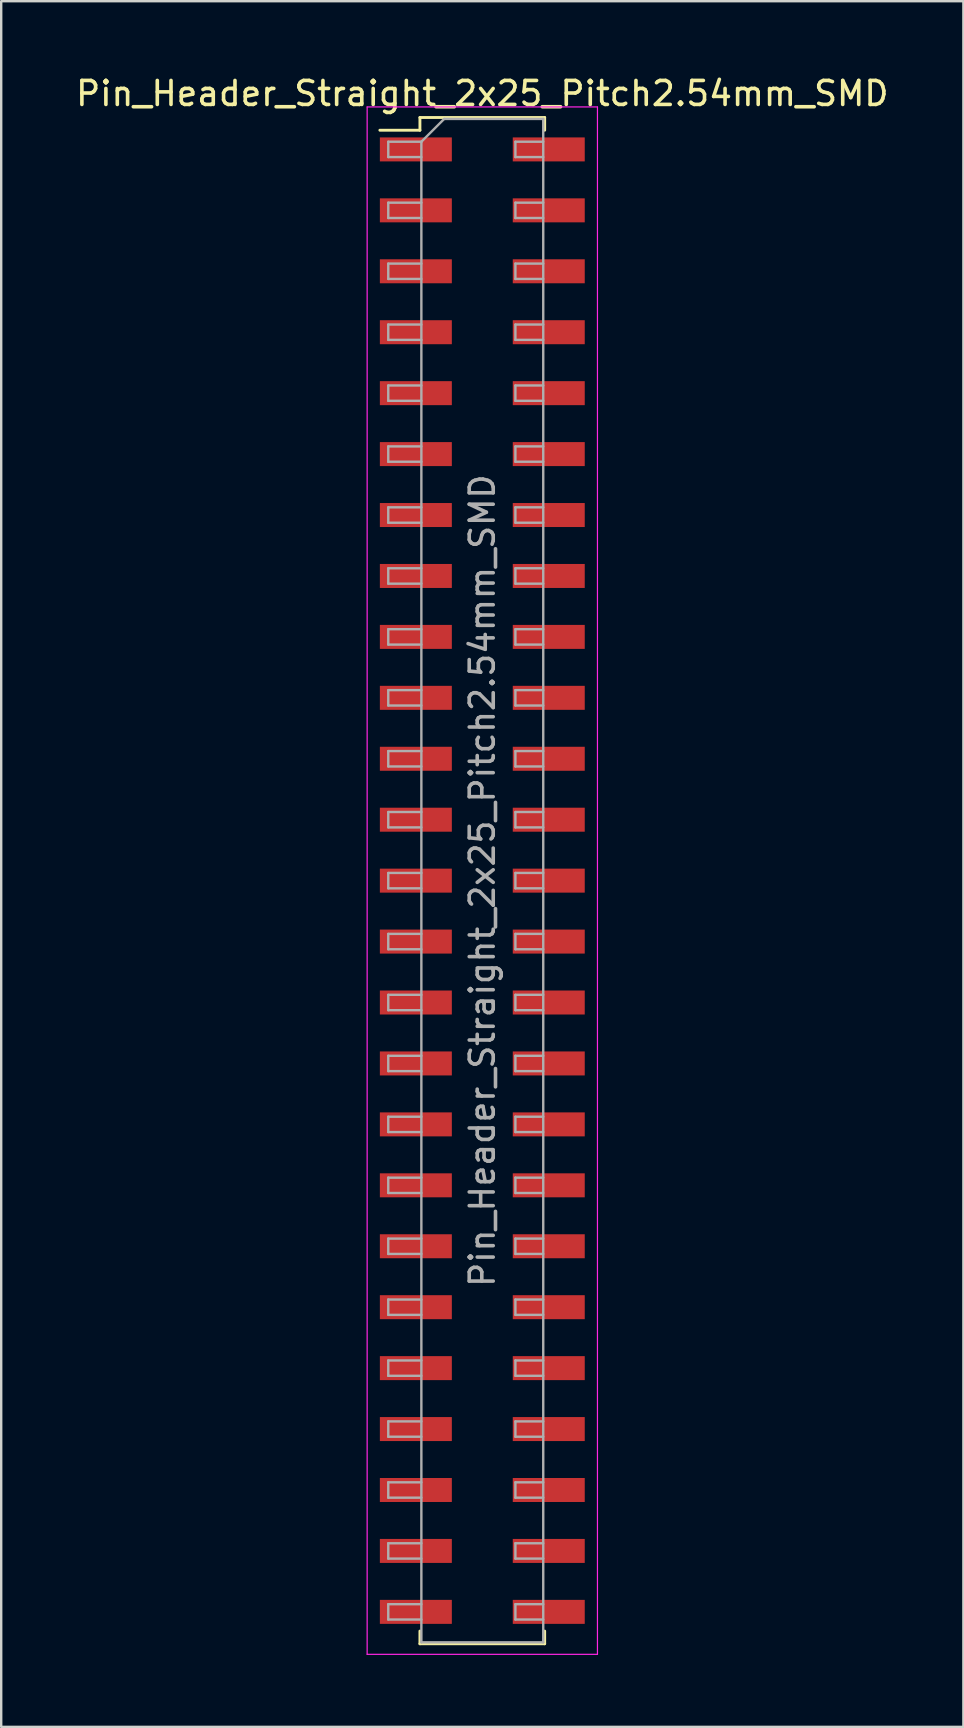
<source format=kicad_pcb>
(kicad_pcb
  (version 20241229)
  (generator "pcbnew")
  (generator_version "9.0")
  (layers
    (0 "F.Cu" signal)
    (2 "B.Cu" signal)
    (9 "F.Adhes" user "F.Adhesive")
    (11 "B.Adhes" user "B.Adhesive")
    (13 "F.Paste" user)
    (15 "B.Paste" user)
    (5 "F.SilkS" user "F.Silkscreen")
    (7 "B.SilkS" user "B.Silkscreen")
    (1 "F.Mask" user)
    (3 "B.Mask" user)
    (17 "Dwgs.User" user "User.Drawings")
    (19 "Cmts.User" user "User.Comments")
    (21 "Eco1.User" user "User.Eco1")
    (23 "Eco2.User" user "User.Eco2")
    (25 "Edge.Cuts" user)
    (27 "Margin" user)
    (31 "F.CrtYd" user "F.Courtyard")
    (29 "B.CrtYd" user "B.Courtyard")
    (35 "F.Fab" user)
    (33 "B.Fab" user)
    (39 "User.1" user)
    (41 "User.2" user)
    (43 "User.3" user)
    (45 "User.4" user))
  (footprint "Pin_Header_Straight_2x25_Pitch2.54mm_SMD"
    (layer "F.Cu")
    (at 17.054 33.658)
    (property "Reference" "Pin_Header_Straight_2x25_Pitch2.54mm_SMD" (at 0 -32.81 0) (layer "F.SilkS") (effects (font (size 1 1) (thickness 0.15))))
    (attr smd)
    (fp_line (start -4.27 -31.28) (end -2.6 -31.28) (stroke (width 0.12) (type solid)) (layer "F.SilkS"))
    (fp_line (start -2.6 -31.81) (end 2.6 -31.81) (stroke (width 0.12) (type solid)) (layer "F.SilkS"))
    (fp_line (start -2.6 -31.28) (end -2.6 -31.81) (stroke (width 0.12) (type solid)) (layer "F.SilkS"))
    (fp_line (start -2.6 31.28) (end -2.6 31.81) (stroke (width 0.12) (type solid)) (layer "F.SilkS"))
    (fp_line (start -2.6 31.81) (end 2.6 31.81) (stroke (width 0.12) (type solid)) (layer "F.SilkS"))
    (fp_line (start 2.6 -31.81) (end 2.6 -31.28) (stroke (width 0.12) (type solid)) (layer "F.SilkS"))
    (fp_line (start 2.6 31.81) (end 2.6 31.28) (stroke (width 0.12) (type solid)) (layer "F.SilkS"))
    (fp_line (start -4.8 -32.25) (end -4.8 32.25) (stroke (width 0.05) (type solid)) (layer "F.CrtYd"))
    (fp_line (start -4.8 32.25) (end 4.8 32.25) (stroke (width 0.05) (type solid)) (layer "F.CrtYd"))
    (fp_line (start 4.8 -32.25) (end -4.8 -32.25) (stroke (width 0.05) (type solid)) (layer "F.CrtYd"))
    (fp_line (start 4.8 32.25) (end 4.8 -32.25) (stroke (width 0.05) (type solid)) (layer "F.CrtYd"))
    (fp_line (start -3.92 -30.8) (end -3.92 -30.16) (stroke (width 0.1) (type solid)) (layer "F.Fab"))
    (fp_line (start -3.92 -30.16) (end -2.54 -30.16) (stroke (width 0.1) (type solid)) (layer "F.Fab"))
    (fp_line (start -3.92 -28.26) (end -3.92 -27.62) (stroke (width 0.1) (type solid)) (layer "F.Fab"))
    (fp_line (start -3.92 -27.62) (end -2.54 -27.62) (stroke (width 0.1) (type solid)) (layer "F.Fab"))
    (fp_line (start -3.92 -25.72) (end -3.92 -25.08) (stroke (width 0.1) (type solid)) (layer "F.Fab"))
    (fp_line (start -3.92 -25.08) (end -2.54 -25.08) (stroke (width 0.1) (type solid)) (layer "F.Fab"))
    (fp_line (start -3.92 -23.18) (end -3.92 -22.54) (stroke (width 0.1) (type solid)) (layer "F.Fab"))
    (fp_line (start -3.92 -22.54) (end -2.54 -22.54) (stroke (width 0.1) (type solid)) (layer "F.Fab"))
    (fp_line (start -3.92 -20.64) (end -3.92 -20) (stroke (width 0.1) (type solid)) (layer "F.Fab"))
    (fp_line (start -3.92 -20) (end -2.54 -20) (stroke (width 0.1) (type solid)) (layer "F.Fab"))
    (fp_line (start -3.92 -18.1) (end -3.92 -17.46) (stroke (width 0.1) (type solid)) (layer "F.Fab"))
    (fp_line (start -3.92 -17.46) (end -2.54 -17.46) (stroke (width 0.1) (type solid)) (layer "F.Fab"))
    (fp_line (start -3.92 -15.56) (end -3.92 -14.92) (stroke (width 0.1) (type solid)) (layer "F.Fab"))
    (fp_line (start -3.92 -14.92) (end -2.54 -14.92) (stroke (width 0.1) (type solid)) (layer "F.Fab"))
    (fp_line (start -3.92 -13.02) (end -3.92 -12.38) (stroke (width 0.1) (type solid)) (layer "F.Fab"))
    (fp_line (start -3.92 -12.38) (end -2.54 -12.38) (stroke (width 0.1) (type solid)) (layer "F.Fab"))
    (fp_line (start -3.92 -10.48) (end -3.92 -9.84) (stroke (width 0.1) (type solid)) (layer "F.Fab"))
    (fp_line (start -3.92 -9.84) (end -2.54 -9.84) (stroke (width 0.1) (type solid)) (layer "F.Fab"))
    (fp_line (start -3.92 -7.94) (end -3.92 -7.3) (stroke (width 0.1) (type solid)) (layer "F.Fab"))
    (fp_line (start -3.92 -7.3) (end -2.54 -7.3) (stroke (width 0.1) (type solid)) (layer "F.Fab"))
    (fp_line (start -3.92 -5.4) (end -3.92 -4.76) (stroke (width 0.1) (type solid)) (layer "F.Fab"))
    (fp_line (start -3.92 -4.76) (end -2.54 -4.76) (stroke (width 0.1) (type solid)) (layer "F.Fab"))
    (fp_line (start -3.92 -2.86) (end -3.92 -2.22) (stroke (width 0.1) (type solid)) (layer "F.Fab"))
    (fp_line (start -3.92 -2.22) (end -2.54 -2.22) (stroke (width 0.1) (type solid)) (layer "F.Fab"))
    (fp_line (start -3.92 -0.32) (end -3.92 0.32) (stroke (width 0.1) (type solid)) (layer "F.Fab"))
    (fp_line (start -3.92 0.32) (end -2.54 0.32) (stroke (width 0.1) (type solid)) (layer "F.Fab"))
    (fp_line (start -3.92 2.22) (end -3.92 2.86) (stroke (width 0.1) (type solid)) (layer "F.Fab"))
    (fp_line (start -3.92 2.86) (end -2.54 2.86) (stroke (width 0.1) (type solid)) (layer "F.Fab"))
    (fp_line (start -3.92 4.76) (end -3.92 5.4) (stroke (width 0.1) (type solid)) (layer "F.Fab"))
    (fp_line (start -3.92 5.4) (end -2.54 5.4) (stroke (width 0.1) (type solid)) (layer "F.Fab"))
    (fp_line (start -3.92 7.3) (end -3.92 7.94) (stroke (width 0.1) (type solid)) (layer "F.Fab"))
    (fp_line (start -3.92 7.94) (end -2.54 7.94) (stroke (width 0.1) (type solid)) (layer "F.Fab"))
    (fp_line (start -3.92 9.84) (end -3.92 10.48) (stroke (width 0.1) (type solid)) (layer "F.Fab"))
    (fp_line (start -3.92 10.48) (end -2.54 10.48) (stroke (width 0.1) (type solid)) (layer "F.Fab"))
    (fp_line (start -3.92 12.38) (end -3.92 13.02) (stroke (width 0.1) (type solid)) (layer "F.Fab"))
    (fp_line (start -3.92 13.02) (end -2.54 13.02) (stroke (width 0.1) (type solid)) (layer "F.Fab"))
    (fp_line (start -3.92 14.92) (end -3.92 15.56) (stroke (width 0.1) (type solid)) (layer "F.Fab"))
    (fp_line (start -3.92 15.56) (end -2.54 15.56) (stroke (width 0.1) (type solid)) (layer "F.Fab"))
    (fp_line (start -3.92 17.46) (end -3.92 18.1) (stroke (width 0.1) (type solid)) (layer "F.Fab"))
    (fp_line (start -3.92 18.1) (end -2.54 18.1) (stroke (width 0.1) (type solid)) (layer "F.Fab"))
    (fp_line (start -3.92 20) (end -3.92 20.64) (stroke (width 0.1) (type solid)) (layer "F.Fab"))
    (fp_line (start -3.92 20.64) (end -2.54 20.64) (stroke (width 0.1) (type solid)) (layer "F.Fab"))
    (fp_line (start -3.92 22.54) (end -3.92 23.18) (stroke (width 0.1) (type solid)) (layer "F.Fab"))
    (fp_line (start -3.92 23.18) (end -2.54 23.18) (stroke (width 0.1) (type solid)) (layer "F.Fab"))
    (fp_line (start -3.92 25.08) (end -3.92 25.72) (stroke (width 0.1) (type solid)) (layer "F.Fab"))
    (fp_line (start -3.92 25.72) (end -2.54 25.72) (stroke (width 0.1) (type solid)) (layer "F.Fab"))
    (fp_line (start -3.92 27.62) (end -3.92 28.26) (stroke (width 0.1) (type solid)) (layer "F.Fab"))
    (fp_line (start -3.92 28.26) (end -2.54 28.26) (stroke (width 0.1) (type solid)) (layer "F.Fab"))
    (fp_line (start -3.92 30.16) (end -3.92 30.8) (stroke (width 0.1) (type solid)) (layer "F.Fab"))
    (fp_line (start -3.92 30.8) (end -2.54 30.8) (stroke (width 0.1) (type solid)) (layer "F.Fab"))
    (fp_line (start -2.54 -30.8) (end -3.92 -30.8) (stroke (width 0.1) (type solid)) (layer "F.Fab"))
    (fp_line (start -2.54 -30.8) (end -1.59 -31.75) (stroke (width 0.1) (type solid)) (layer "F.Fab"))
    (fp_line (start -2.54 -28.26) (end -3.92 -28.26) (stroke (width 0.1) (type solid)) (layer "F.Fab"))
    (fp_line (start -2.54 -25.72) (end -3.92 -25.72) (stroke (width 0.1) (type solid)) (layer "F.Fab"))
    (fp_line (start -2.54 -23.18) (end -3.92 -23.18) (stroke (width 0.1) (type solid)) (layer "F.Fab"))
    (fp_line (start -2.54 -20.64) (end -3.92 -20.64) (stroke (width 0.1) (type solid)) (layer "F.Fab"))
    (fp_line (start -2.54 -18.1) (end -3.92 -18.1) (stroke (width 0.1) (type solid)) (layer "F.Fab"))
    (fp_line (start -2.54 -15.56) (end -3.92 -15.56) (stroke (width 0.1) (type solid)) (layer "F.Fab"))
    (fp_line (start -2.54 -13.02) (end -3.92 -13.02) (stroke (width 0.1) (type solid)) (layer "F.Fab"))
    (fp_line (start -2.54 -10.48) (end -3.92 -10.48) (stroke (width 0.1) (type solid)) (layer "F.Fab"))
    (fp_line (start -2.54 -7.94) (end -3.92 -7.94) (stroke (width 0.1) (type solid)) (layer "F.Fab"))
    (fp_line (start -2.54 -5.4) (end -3.92 -5.4) (stroke (width 0.1) (type solid)) (layer "F.Fab"))
    (fp_line (start -2.54 -2.86) (end -3.92 -2.86) (stroke (width 0.1) (type solid)) (layer "F.Fab"))
    (fp_line (start -2.54 -0.32) (end -3.92 -0.32) (stroke (width 0.1) (type solid)) (layer "F.Fab"))
    (fp_line (start -2.54 2.22) (end -3.92 2.22) (stroke (width 0.1) (type solid)) (layer "F.Fab"))
    (fp_line (start -2.54 4.76) (end -3.92 4.76) (stroke (width 0.1) (type solid)) (layer "F.Fab"))
    (fp_line (start -2.54 7.3) (end -3.92 7.3) (stroke (width 0.1) (type solid)) (layer "F.Fab"))
    (fp_line (start -2.54 9.84) (end -3.92 9.84) (stroke (width 0.1) (type solid)) (layer "F.Fab"))
    (fp_line (start -2.54 12.38) (end -3.92 12.38) (stroke (width 0.1) (type solid)) (layer "F.Fab"))
    (fp_line (start -2.54 14.92) (end -3.92 14.92) (stroke (width 0.1) (type solid)) (layer "F.Fab"))
    (fp_line (start -2.54 17.46) (end -3.92 17.46) (stroke (width 0.1) (type solid)) (layer "F.Fab"))
    (fp_line (start -2.54 20) (end -3.92 20) (stroke (width 0.1) (type solid)) (layer "F.Fab"))
    (fp_line (start -2.54 22.54) (end -3.92 22.54) (stroke (width 0.1) (type solid)) (layer "F.Fab"))
    (fp_line (start -2.54 25.08) (end -3.92 25.08) (stroke (width 0.1) (type solid)) (layer "F.Fab"))
    (fp_line (start -2.54 27.62) (end -3.92 27.62) (stroke (width 0.1) (type solid)) (layer "F.Fab"))
    (fp_line (start -2.54 30.16) (end -3.92 30.16) (stroke (width 0.1) (type solid)) (layer "F.Fab"))
    (fp_line (start -2.54 31.75) (end -2.54 -30.8) (stroke (width 0.1) (type solid)) (layer "F.Fab"))
    (fp_line (start -1.59 -31.75) (end 2.54 -31.75) (stroke (width 0.1) (type solid)) (layer "F.Fab"))
    (fp_line (start 1.38 -30.8) (end 1.38 -30.16) (stroke (width 0.1) (type solid)) (layer "F.Fab"))
    (fp_line (start 1.38 -30.16) (end 2.54 -30.16) (stroke (width 0.1) (type solid)) (layer "F.Fab"))
    (fp_line (start 1.38 -28.26) (end 1.38 -27.62) (stroke (width 0.1) (type solid)) (layer "F.Fab"))
    (fp_line (start 1.38 -27.62) (end 2.54 -27.62) (stroke (width 0.1) (type solid)) (layer "F.Fab"))
    (fp_line (start 1.38 -25.72) (end 1.38 -25.08) (stroke (width 0.1) (type solid)) (layer "F.Fab"))
    (fp_line (start 1.38 -25.08) (end 2.54 -25.08) (stroke (width 0.1) (type solid)) (layer "F.Fab"))
    (fp_line (start 1.38 -23.18) (end 1.38 -22.54) (stroke (width 0.1) (type solid)) (layer "F.Fab"))
    (fp_line (start 1.38 -22.54) (end 2.54 -22.54) (stroke (width 0.1) (type solid)) (layer "F.Fab"))
    (fp_line (start 1.38 -20.64) (end 1.38 -20) (stroke (width 0.1) (type solid)) (layer "F.Fab"))
    (fp_line (start 1.38 -20) (end 2.54 -20) (stroke (width 0.1) (type solid)) (layer "F.Fab"))
    (fp_line (start 1.38 -18.1) (end 1.38 -17.46) (stroke (width 0.1) (type solid)) (layer "F.Fab"))
    (fp_line (start 1.38 -17.46) (end 2.54 -17.46) (stroke (width 0.1) (type solid)) (layer "F.Fab"))
    (fp_line (start 1.38 -15.56) (end 1.38 -14.92) (stroke (width 0.1) (type solid)) (layer "F.Fab"))
    (fp_line (start 1.38 -14.92) (end 2.54 -14.92) (stroke (width 0.1) (type solid)) (layer "F.Fab"))
    (fp_line (start 1.38 -13.02) (end 1.38 -12.38) (stroke (width 0.1) (type solid)) (layer "F.Fab"))
    (fp_line (start 1.38 -12.38) (end 2.54 -12.38) (stroke (width 0.1) (type solid)) (layer "F.Fab"))
    (fp_line (start 1.38 -10.48) (end 1.38 -9.84) (stroke (width 0.1) (type solid)) (layer "F.Fab"))
    (fp_line (start 1.38 -9.84) (end 2.54 -9.84) (stroke (width 0.1) (type solid)) (layer "F.Fab"))
    (fp_line (start 1.38 -7.94) (end 1.38 -7.3) (stroke (width 0.1) (type solid)) (layer "F.Fab"))
    (fp_line (start 1.38 -7.3) (end 2.54 -7.3) (stroke (width 0.1) (type solid)) (layer "F.Fab"))
    (fp_line (start 1.38 -5.4) (end 1.38 -4.76) (stroke (width 0.1) (type solid)) (layer "F.Fab"))
    (fp_line (start 1.38 -4.76) (end 2.54 -4.76) (stroke (width 0.1) (type solid)) (layer "F.Fab"))
    (fp_line (start 1.38 -2.86) (end 1.38 -2.22) (stroke (width 0.1) (type solid)) (layer "F.Fab"))
    (fp_line (start 1.38 -2.22) (end 2.54 -2.22) (stroke (width 0.1) (type solid)) (layer "F.Fab"))
    (fp_line (start 1.38 -0.32) (end 1.38 0.32) (stroke (width 0.1) (type solid)) (layer "F.Fab"))
    (fp_line (start 1.38 0.32) (end 2.54 0.32) (stroke (width 0.1) (type solid)) (layer "F.Fab"))
    (fp_line (start 1.38 2.22) (end 1.38 2.86) (stroke (width 0.1) (type solid)) (layer "F.Fab"))
    (fp_line (start 1.38 2.86) (end 2.54 2.86) (stroke (width 0.1) (type solid)) (layer "F.Fab"))
    (fp_line (start 1.38 4.76) (end 1.38 5.4) (stroke (width 0.1) (type solid)) (layer "F.Fab"))
    (fp_line (start 1.38 5.4) (end 2.54 5.4) (stroke (width 0.1) (type solid)) (layer "F.Fab"))
    (fp_line (start 1.38 7.3) (end 1.38 7.94) (stroke (width 0.1) (type solid)) (layer "F.Fab"))
    (fp_line (start 1.38 7.94) (end 2.54 7.94) (stroke (width 0.1) (type solid)) (layer "F.Fab"))
    (fp_line (start 1.38 9.84) (end 1.38 10.48) (stroke (width 0.1) (type solid)) (layer "F.Fab"))
    (fp_line (start 1.38 10.48) (end 2.54 10.48) (stroke (width 0.1) (type solid)) (layer "F.Fab"))
    (fp_line (start 1.38 12.38) (end 1.38 13.02) (stroke (width 0.1) (type solid)) (layer "F.Fab"))
    (fp_line (start 1.38 13.02) (end 2.54 13.02) (stroke (width 0.1) (type solid)) (layer "F.Fab"))
    (fp_line (start 1.38 14.92) (end 1.38 15.56) (stroke (width 0.1) (type solid)) (layer "F.Fab"))
    (fp_line (start 1.38 15.56) (end 2.54 15.56) (stroke (width 0.1) (type solid)) (layer "F.Fab"))
    (fp_line (start 1.38 17.46) (end 1.38 18.1) (stroke (width 0.1) (type solid)) (layer "F.Fab"))
    (fp_line (start 1.38 18.1) (end 2.54 18.1) (stroke (width 0.1) (type solid)) (layer "F.Fab"))
    (fp_line (start 1.38 20) (end 1.38 20.64) (stroke (width 0.1) (type solid)) (layer "F.Fab"))
    (fp_line (start 1.38 20.64) (end 2.54 20.64) (stroke (width 0.1) (type solid)) (layer "F.Fab"))
    (fp_line (start 1.38 22.54) (end 1.38 23.18) (stroke (width 0.1) (type solid)) (layer "F.Fab"))
    (fp_line (start 1.38 23.18) (end 2.54 23.18) (stroke (width 0.1) (type solid)) (layer "F.Fab"))
    (fp_line (start 1.38 25.08) (end 1.38 25.72) (stroke (width 0.1) (type solid)) (layer "F.Fab"))
    (fp_line (start 1.38 25.72) (end 2.54 25.72) (stroke (width 0.1) (type solid)) (layer "F.Fab"))
    (fp_line (start 1.38 27.62) (end 1.38 28.26) (stroke (width 0.1) (type solid)) (layer "F.Fab"))
    (fp_line (start 1.38 28.26) (end 2.54 28.26) (stroke (width 0.1) (type solid)) (layer "F.Fab"))
    (fp_line (start 1.38 30.16) (end 1.38 30.8) (stroke (width 0.1) (type solid)) (layer "F.Fab"))
    (fp_line (start 1.38 30.8) (end 2.54 30.8) (stroke (width 0.1) (type solid)) (layer "F.Fab"))
    (fp_line (start 2.54 -31.75) (end 2.54 31.75) (stroke (width 0.1) (type solid)) (layer "F.Fab"))
    (fp_line (start 2.54 -30.8) (end 1.38 -30.8) (stroke (width 0.1) (type solid)) (layer "F.Fab"))
    (fp_line (start 2.54 -28.26) (end 1.38 -28.26) (stroke (width 0.1) (type solid)) (layer "F.Fab"))
    (fp_line (start 2.54 -25.72) (end 1.38 -25.72) (stroke (width 0.1) (type solid)) (layer "F.Fab"))
    (fp_line (start 2.54 -23.18) (end 1.38 -23.18) (stroke (width 0.1) (type solid)) (layer "F.Fab"))
    (fp_line (start 2.54 -20.64) (end 1.38 -20.64) (stroke (width 0.1) (type solid)) (layer "F.Fab"))
    (fp_line (start 2.54 -18.1) (end 1.38 -18.1) (stroke (width 0.1) (type solid)) (layer "F.Fab"))
    (fp_line (start 2.54 -15.56) (end 1.38 -15.56) (stroke (width 0.1) (type solid)) (layer "F.Fab"))
    (fp_line (start 2.54 -13.02) (end 1.38 -13.02) (stroke (width 0.1) (type solid)) (layer "F.Fab"))
    (fp_line (start 2.54 -10.48) (end 1.38 -10.48) (stroke (width 0.1) (type solid)) (layer "F.Fab"))
    (fp_line (start 2.54 -7.94) (end 1.38 -7.94) (stroke (width 0.1) (type solid)) (layer "F.Fab"))
    (fp_line (start 2.54 -5.4) (end 1.38 -5.4) (stroke (width 0.1) (type solid)) (layer "F.Fab"))
    (fp_line (start 2.54 -2.86) (end 1.38 -2.86) (stroke (width 0.1) (type solid)) (layer "F.Fab"))
    (fp_line (start 2.54 -0.32) (end 1.38 -0.32) (stroke (width 0.1) (type solid)) (layer "F.Fab"))
    (fp_line (start 2.54 2.22) (end 1.38 2.22) (stroke (width 0.1) (type solid)) (layer "F.Fab"))
    (fp_line (start 2.54 4.76) (end 1.38 4.76) (stroke (width 0.1) (type solid)) (layer "F.Fab"))
    (fp_line (start 2.54 7.3) (end 1.38 7.3) (stroke (width 0.1) (type solid)) (layer "F.Fab"))
    (fp_line (start 2.54 9.84) (end 1.38 9.84) (stroke (width 0.1) (type solid)) (layer "F.Fab"))
    (fp_line (start 2.54 12.38) (end 1.38 12.38) (stroke (width 0.1) (type solid)) (layer "F.Fab"))
    (fp_line (start 2.54 14.92) (end 1.38 14.92) (stroke (width 0.1) (type solid)) (layer "F.Fab"))
    (fp_line (start 2.54 17.46) (end 1.38 17.46) (stroke (width 0.1) (type solid)) (layer "F.Fab"))
    (fp_line (start 2.54 20) (end 1.38 20) (stroke (width 0.1) (type solid)) (layer "F.Fab"))
    (fp_line (start 2.54 22.54) (end 1.38 22.54) (stroke (width 0.1) (type solid)) (layer "F.Fab"))
    (fp_line (start 2.54 25.08) (end 1.38 25.08) (stroke (width 0.1) (type solid)) (layer "F.Fab"))
    (fp_line (start 2.54 27.62) (end 1.38 27.62) (stroke (width 0.1) (type solid)) (layer "F.Fab"))
    (fp_line (start 2.54 30.16) (end 1.38 30.16) (stroke (width 0.1) (type solid)) (layer "F.Fab"))
    (fp_line (start 2.54 31.75) (end -2.54 31.75) (stroke (width 0.1) (type solid)) (layer "F.Fab"))
    (fp_text user "${REFERENCE}" (at 0 0 90) (layer "F.Fab") (effects (font (size 1 1) (thickness 0.15))))
    (pad "1" smd rect (at -2.77 -30.48) (size 3 1) (layers "F.Cu" "F.Mask" "F.Paste"))
    (pad "2" smd rect (at 2.77 -30.48) (size 3 1) (layers "F.Cu" "F.Mask" "F.Paste"))
    (pad "3" smd rect (at -2.77 -27.94) (size 3 1) (layers "F.Cu" "F.Mask" "F.Paste"))
    (pad "4" smd rect (at 2.77 -27.94) (size 3 1) (layers "F.Cu" "F.Mask" "F.Paste"))
    (pad "5" smd rect (at -2.77 -25.4) (size 3 1) (layers "F.Cu" "F.Mask" "F.Paste"))
    (pad "6" smd rect (at 2.77 -25.4) (size 3 1) (layers "F.Cu" "F.Mask" "F.Paste"))
    (pad "7" smd rect (at -2.77 -22.86) (size 3 1) (layers "F.Cu" "F.Mask" "F.Paste"))
    (pad "8" smd rect (at 2.77 -22.86) (size 3 1) (layers "F.Cu" "F.Mask" "F.Paste"))
    (pad "9" smd rect (at -2.77 -20.32) (size 3 1) (layers "F.Cu" "F.Mask" "F.Paste"))
    (pad "10" smd rect (at 2.77 -20.32) (size 3 1) (layers "F.Cu" "F.Mask" "F.Paste"))
    (pad "11" smd rect (at -2.77 -17.78) (size 3 1) (layers "F.Cu" "F.Mask" "F.Paste"))
    (pad "12" smd rect (at 2.77 -17.78) (size 3 1) (layers "F.Cu" "F.Mask" "F.Paste"))
    (pad "13" smd rect (at -2.77 -15.24) (size 3 1) (layers "F.Cu" "F.Mask" "F.Paste"))
    (pad "14" smd rect (at 2.77 -15.24) (size 3 1) (layers "F.Cu" "F.Mask" "F.Paste"))
    (pad "15" smd rect (at -2.77 -12.7) (size 3 1) (layers "F.Cu" "F.Mask" "F.Paste"))
    (pad "16" smd rect (at 2.77 -12.7) (size 3 1) (layers "F.Cu" "F.Mask" "F.Paste"))
    (pad "17" smd rect (at -2.77 -10.16) (size 3 1) (layers "F.Cu" "F.Mask" "F.Paste"))
    (pad "18" smd rect (at 2.77 -10.16) (size 3 1) (layers "F.Cu" "F.Mask" "F.Paste"))
    (pad "19" smd rect (at -2.77 -7.62) (size 3 1) (layers "F.Cu" "F.Mask" "F.Paste"))
    (pad "20" smd rect (at 2.77 -7.62) (size 3 1) (layers "F.Cu" "F.Mask" "F.Paste"))
    (pad "21" smd rect (at -2.77 -5.08) (size 3 1) (layers "F.Cu" "F.Mask" "F.Paste"))
    (pad "22" smd rect (at 2.77 -5.08) (size 3 1) (layers "F.Cu" "F.Mask" "F.Paste"))
    (pad "23" smd rect (at -2.77 -2.54) (size 3 1) (layers "F.Cu" "F.Mask" "F.Paste"))
    (pad "24" smd rect (at 2.77 -2.54) (size 3 1) (layers "F.Cu" "F.Mask" "F.Paste"))
    (pad "25" smd rect (at -2.77 0) (size 3 1) (layers "F.Cu" "F.Mask" "F.Paste"))
    (pad "26" smd rect (at 2.77 0) (size 3 1) (layers "F.Cu" "F.Mask" "F.Paste"))
    (pad "27" smd rect (at -2.77 2.54) (size 3 1) (layers "F.Cu" "F.Mask" "F.Paste"))
    (pad "28" smd rect (at 2.77 2.54) (size 3 1) (layers "F.Cu" "F.Mask" "F.Paste"))
    (pad "29" smd rect (at -2.77 5.08) (size 3 1) (layers "F.Cu" "F.Mask" "F.Paste"))
    (pad "30" smd rect (at 2.77 5.08) (size 3 1) (layers "F.Cu" "F.Mask" "F.Paste"))
    (pad "31" smd rect (at -2.77 7.62) (size 3 1) (layers "F.Cu" "F.Mask" "F.Paste"))
    (pad "32" smd rect (at 2.77 7.62) (size 3 1) (layers "F.Cu" "F.Mask" "F.Paste"))
    (pad "33" smd rect (at -2.77 10.16) (size 3 1) (layers "F.Cu" "F.Mask" "F.Paste"))
    (pad "34" smd rect (at 2.77 10.16) (size 3 1) (layers "F.Cu" "F.Mask" "F.Paste"))
    (pad "35" smd rect (at -2.77 12.7) (size 3 1) (layers "F.Cu" "F.Mask" "F.Paste"))
    (pad "36" smd rect (at 2.77 12.7) (size 3 1) (layers "F.Cu" "F.Mask" "F.Paste"))
    (pad "37" smd rect (at -2.77 15.24) (size 3 1) (layers "F.Cu" "F.Mask" "F.Paste"))
    (pad "38" smd rect (at 2.77 15.24) (size 3 1) (layers "F.Cu" "F.Mask" "F.Paste"))
    (pad "39" smd rect (at -2.77 17.78) (size 3 1) (layers "F.Cu" "F.Mask" "F.Paste"))
    (pad "40" smd rect (at 2.77 17.78) (size 3 1) (layers "F.Cu" "F.Mask" "F.Paste"))
    (pad "41" smd rect (at -2.77 20.32) (size 3 1) (layers "F.Cu" "F.Mask" "F.Paste"))
    (pad "42" smd rect (at 2.77 20.32) (size 3 1) (layers "F.Cu" "F.Mask" "F.Paste"))
    (pad "43" smd rect (at -2.77 22.86) (size 3 1) (layers "F.Cu" "F.Mask" "F.Paste"))
    (pad "44" smd rect (at 2.77 22.86) (size 3 1) (layers "F.Cu" "F.Mask" "F.Paste"))
    (pad "45" smd rect (at -2.77 25.4) (size 3 1) (layers "F.Cu" "F.Mask" "F.Paste"))
    (pad "46" smd rect (at 2.77 25.4) (size 3 1) (layers "F.Cu" "F.Mask" "F.Paste"))
    (pad "47" smd rect (at -2.77 27.94) (size 3 1) (layers "F.Cu" "F.Mask" "F.Paste"))
    (pad "48" smd rect (at 2.77 27.94) (size 3 1) (layers "F.Cu" "F.Mask" "F.Paste"))
    (pad "49" smd rect (at -2.77 30.48) (size 3 1) (layers "F.Cu" "F.Mask" "F.Paste"))
    (pad "50" smd rect (at 2.77 30.48) (size 3 1) (layers "F.Cu" "F.Mask" "F.Paste")))
  (gr_rect
    (start -3 -3)
    (end 37.107 68.933)
    (stroke (width 0.1) (type default))
    (fill no)
    (layer "Edge.Cuts")))
</source>
